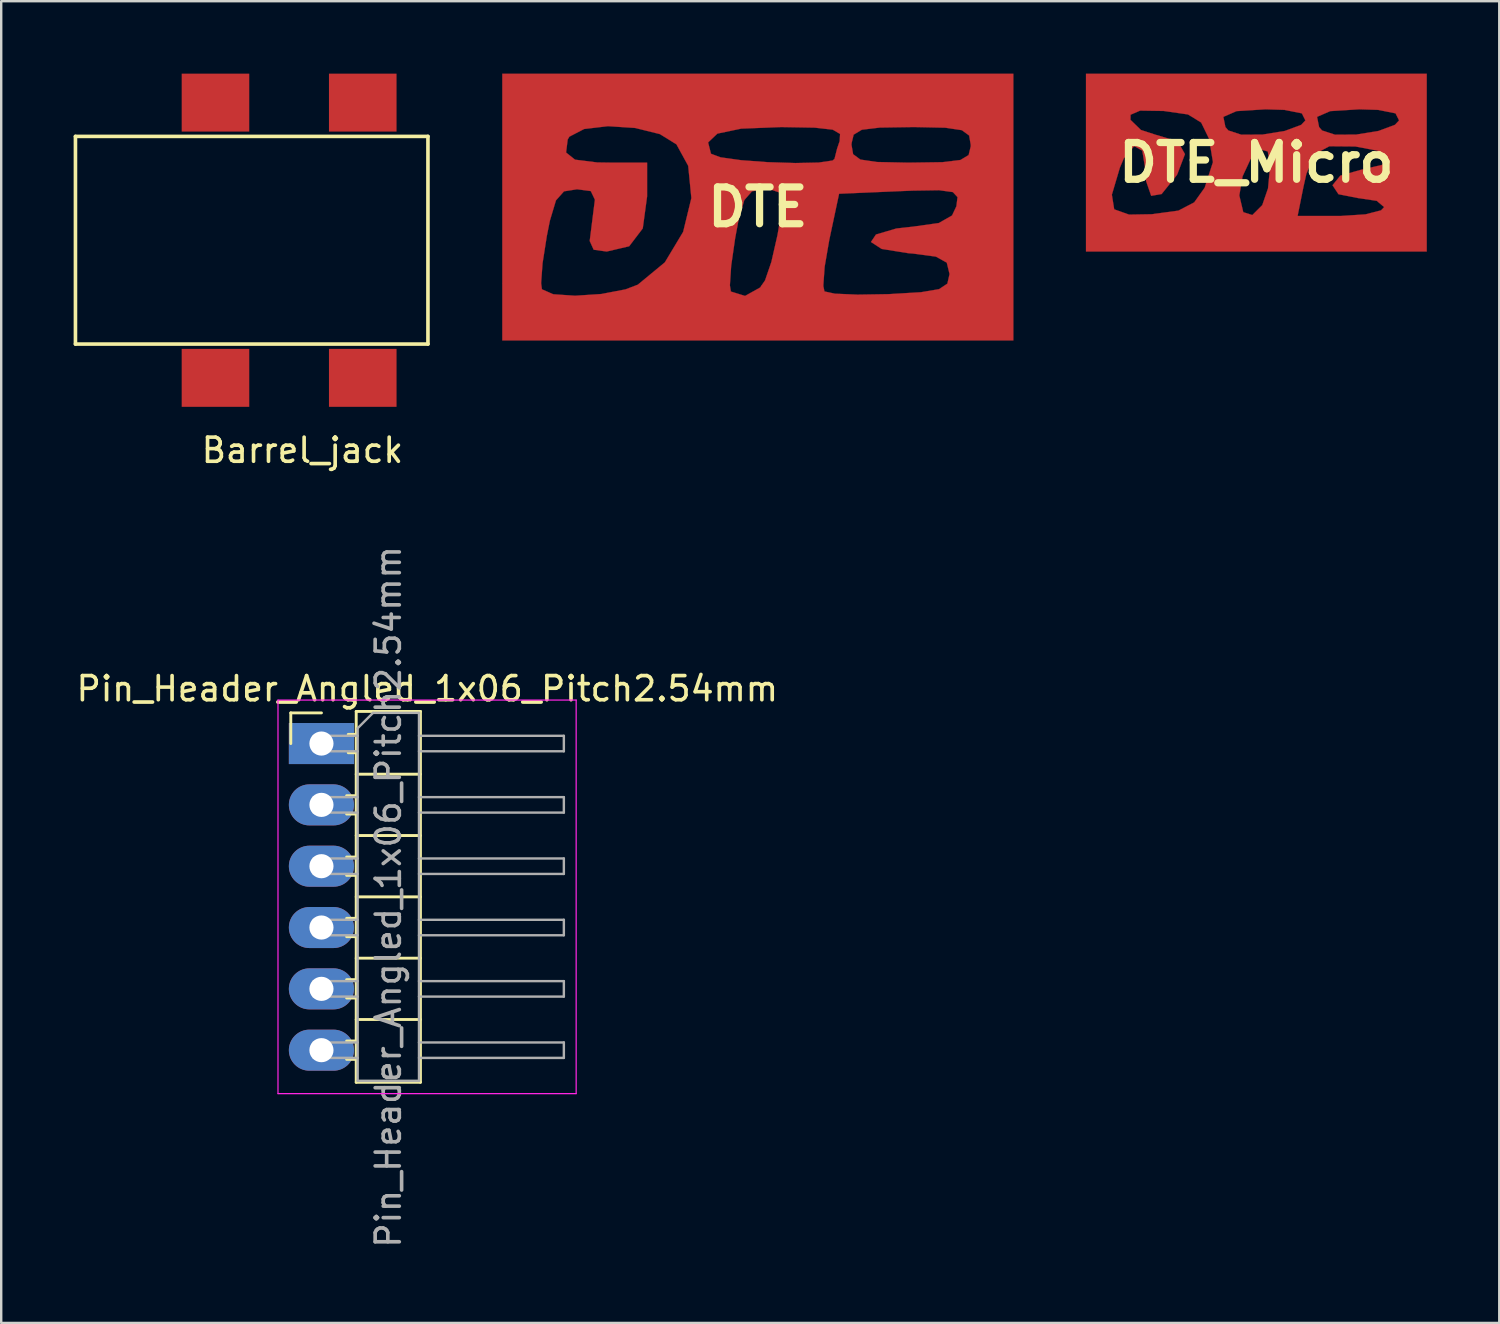
<source format=kicad_pcb>
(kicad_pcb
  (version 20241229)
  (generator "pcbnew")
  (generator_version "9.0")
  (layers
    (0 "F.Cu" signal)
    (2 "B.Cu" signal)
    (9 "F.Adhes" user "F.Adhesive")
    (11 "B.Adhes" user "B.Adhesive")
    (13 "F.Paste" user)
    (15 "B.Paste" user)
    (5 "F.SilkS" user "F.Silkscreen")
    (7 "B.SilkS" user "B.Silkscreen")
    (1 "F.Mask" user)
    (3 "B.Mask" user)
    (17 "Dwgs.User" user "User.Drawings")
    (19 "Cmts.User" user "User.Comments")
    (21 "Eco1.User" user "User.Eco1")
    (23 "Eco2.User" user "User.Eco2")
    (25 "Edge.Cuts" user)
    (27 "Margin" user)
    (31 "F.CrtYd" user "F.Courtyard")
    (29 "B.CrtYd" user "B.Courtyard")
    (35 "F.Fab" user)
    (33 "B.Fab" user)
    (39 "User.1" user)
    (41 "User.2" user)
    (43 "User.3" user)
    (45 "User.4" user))
  (footprint "DTE"
    (layer "F.Cu")
    (at 28.338 5.527)
    (property "Reference" "DTE" (at 0 0 0) (layer "F.SilkS") (effects (font (size 1.524 1.524) (thickness 0.3))))
    (attr through_hole)
    (fp_poly (pts (xy 10.583 5.522) (xy -10.583 5.522) (xy -10.583 3.151) (xy -8.976 3.151) (xy -8.942 3.405) (xy -8.472 3.611) (xy -7.568 3.672) (xy -6.487 3.601) (xy -5.482 3.409) (xy -5.043 3.242) (xy -1.157 3.242) (xy -1.116 3.498) (xy -0.529 3.68) (xy 0.095 3.332) (xy 0.143 3.263) (xy 2.712 3.263) (xy 2.76 3.494) (xy 3.191 3.587) (xy 4.129 3.627) (xy 5.375 3.607) (xy 5.453 3.604) (xy 6.759 3.526) (xy 7.508 3.399) (xy 7.851 3.171) (xy 7.937 2.793) (xy 7.938 2.761) (xy 7.826 2.302) (xy 7.377 2.052) (xy 6.418 1.924) (xy 6.239 1.911) (xy 5.129 1.733) (xy 4.686 1.446) (xy 4.894 1.136) (xy 5.739 0.887) (xy 6.429 0.81) (xy 7.495 0.661) (xy 8.044 0.349) (xy 8.225 -0.034) (xy 8.271 -0.412) (xy 8.078 -0.621) (xy 7.508 -0.698) (xy 6.422 -0.681) (xy 5.887 -0.66) (xy 3.366 -0.552) (xy 2.959 1.363) (xy 2.768 2.472) (xy 2.712 3.263) (xy 0.143 3.263) (xy 0.299 3.037) (xy 0.561 2.272) (xy 0.814 1.163) (xy 0.872 0.828) (xy 0.997 -0.148) (xy 0.907 -0.601) (xy 0.524 -0.73) (xy 0.266 -0.736) (xy -0.24 -0.654) (xy -0.56 -0.29) (xy -0.797 0.528) (xy -0.939 1.29) (xy -1.103 2.429) (xy -1.157 3.242) (xy -5.043 3.242) (xy -4.973 3.216) (xy -3.852 2.291) (xy -3.093 1.027) (xy -2.752 -0.374) (xy -2.884 -1.71) (xy -3.371 -2.599) (xy -3.499 -2.678) (xy -2.059 -2.678) (xy -1.94 -2.209) (xy -1.545 -2.061) (xy -0.689 -1.941) (xy 0.415 -1.86) (xy 1.556 -1.824) (xy 2.521 -1.844) (xy 3.098 -1.929) (xy 3.175 -1.995) (xy 3.285 -2.427) (xy 3.336 -2.577) (xy 3.881 -2.577) (xy 3.947 -2.19) (xy 4.248 -1.968) (xy 4.933 -1.867) (xy 6.153 -1.841) (xy 6.35 -1.841) (xy 7.648 -1.86) (xy 8.391 -1.95) (xy 8.731 -2.154) (xy 8.819 -2.518) (xy 8.819 -2.577) (xy 8.753 -2.964) (xy 8.452 -3.185) (xy 7.767 -3.287) (xy 6.547 -3.313) (xy 6.35 -3.313) (xy 5.052 -3.293) (xy 4.309 -3.204) (xy 3.969 -2.999) (xy 3.881 -2.635) (xy 3.881 -2.577) (xy 3.336 -2.577) (xy 3.389 -2.731) (xy 3.407 -3.029) (xy 3.104 -3.206) (xy 2.356 -3.29) (xy 1.036 -3.313) (xy 0.941 -3.313) (xy -0.69 -3.249) (xy -1.674 -3.043) (xy -2.059 -2.678) (xy -3.499 -2.678) (xy -4.057 -3.023) (xy -5.082 -3.277) (xy -6.206 -3.351) (xy -7.194 -3.234) (xy -7.806 -2.916) (xy -7.875 -2.797) (xy -7.942 -2.26) (xy -7.571 -1.964) (xy -6.652 -1.849) (xy -6.115 -1.841) (xy -4.586 -1.841) (xy -4.586 -0.442) (xy -4.765 0.882) (xy -5.329 1.623) (xy -6.26 1.841) (xy -6.798 1.767) (xy -6.963 1.404) (xy -6.856 0.552) (xy -6.748 -0.305) (xy -6.918 -0.663) (xy -7.474 -0.736) (xy -7.499 -0.736) (xy -8.027 -0.652) (xy -8.36 -0.279) (xy -8.611 0.558) (xy -8.739 1.196) (xy -8.916 2.327) (xy -8.976 3.151) (xy -10.583 3.151) (xy -10.583 -5.522) (xy 10.583 -5.522) (xy 10.583 5.522)) (stroke (width 0.01) (type solid)) (fill yes) (layer "F.Cu")))
  (footprint "DTE_Micro"
    (layer "F.Cu")
    (at 48.987 3.686)
    (property "Reference" "DTE_Micro" (at 0 0 0) (layer "F.SilkS") (effects (font (size 1.524 1.524) (thickness 0.3))))
    (attr through_hole)
    (fp_poly (pts (xy 7.056 3.681) (xy -7.056 3.681) (xy -7.056 2.209) (xy 1.708 2.209) (xy 3.5 2.209) (xy 4.515 2.143) (xy 5.165 1.976) (xy 5.292 1.841) (xy 4.985 1.582) (xy 4.247 1.472) (xy 4.233 1.472) (xy 3.401 1.308) (xy 3.154 0.936) (xy 3.479 0.538) (xy 4.322 0.299) (xy 5.202 0.095) (xy 5.427 -0.203) (xy 5.019 -0.495) (xy 4.099 -0.669) (xy 3.023 -0.678) (xy 2.419 -0.357) (xy 2.073 0.459) (xy 1.949 1.012) (xy 1.708 2.209) (xy -7.056 2.209) (xy -7.056 1.328) (xy -5.985 1.328) (xy -5.888 1.934) (xy -5.271 2.153) (xy -4.333 2.137) (xy -3.23 1.988) (xy -2.574 1.646) (xy -2.369 1.359) (xy -0.706 1.359) (xy -0.542 2.052) (xy -0.167 2.171) (xy 0.244 1.761) (xy 0.483 1.067) (xy 0.571 0.147) (xy 0.474 -0.461) (xy 0.474 -0.462) (xy 0.151 -0.554) (xy -0.24 -0.145) (xy -0.57 0.565) (xy -0.706 1.359) (xy -2.369 1.359) (xy -2.14 1.037) (xy -1.798 -0.021) (xy -1.958 -0.987) (xy -2.286 -1.661) (xy -2.667 -1.895) (xy -1.367 -1.895) (xy -1.282 -1.475) (xy -1.159 -1.332) (xy -0.624 -1.157) (xy 0.252 -1.162) (xy 1.178 -1.312) (xy 1.86 -1.566) (xy 2.03 -1.749) (xy 1.958 -1.895) (xy 2.514 -1.895) (xy 2.598 -1.475) (xy 2.721 -1.332) (xy 3.257 -1.157) (xy 4.133 -1.162) (xy 5.058 -1.312) (xy 5.741 -1.566) (xy 5.911 -1.749) (xy 5.765 -2.041) (xy 5.044 -2.185) (xy 4.263 -2.209) (xy 3.058 -2.133) (xy 2.514 -1.895) (xy 1.958 -1.895) (xy 1.885 -2.041) (xy 1.163 -2.185) (xy 0.382 -2.209) (xy -0.823 -2.133) (xy -1.367 -1.895) (xy -2.667 -1.895) (xy -2.833 -1.996) (xy -3.836 -2.14) (xy -4.814 -2.155) (xy -5.211 -1.983) (xy -5.213 -1.772) (xy -4.781 -1.353) (xy -4.206 -1.165) (xy -3.256 -0.88) (xy -2.957 -0.353) (xy -3.274 0.48) (xy -3.307 0.533) (xy -3.925 1.301) (xy -4.356 1.375) (xy -4.569 0.76) (xy -4.586 0.368) (xy -4.724 -0.497) (xy -5.062 -0.685) (xy -5.488 -0.179) (xy -5.653 0.208) (xy -5.985 1.328) (xy -7.056 1.328) (xy -7.056 -3.681) (xy 7.056 -3.681) (xy 7.056 3.681)) (stroke (width 0.01) (type solid)) (fill yes) (layer "F.Cu")))
  (footprint "Barrel_jack"
    (layer "F.Cu")
    (at 5.875 12.6)
    (property "Reference" "Barrel_jack" (at 3.6 3 0) (layer "F.SilkS") (effects (font (size 1 1) (thickness 0.15))))
    (attr through_hole)
    (fp_line (start -5.8 -10) (end 8.8 -10) (stroke (width 0.15) (type solid)) (layer "F.SilkS"))
    (fp_line (start -5.8 -1.4) (end -5.8 -10) (stroke (width 0.15) (type solid)) (layer "F.SilkS"))
    (fp_line (start 8.8 -10) (end 8.8 -1.4) (stroke (width 0.15) (type solid)) (layer "F.SilkS"))
    (fp_line (start 8.8 -1.4) (end -5.8 -1.4) (stroke (width 0.15) (type solid)) (layer "F.SilkS"))
    (pad "1" smd rect (at 0 -11.4) (size 2.8 2.4) (layers "F.Cu" "F.Mask" "F.Paste"))
    (pad "1" smd rect (at 6.1 -11.4) (size 2.8 2.4) (layers "F.Cu" "F.Mask" "F.Paste"))
    (pad "2" smd rect (at 0 0) (size 2.8 2.4) (layers "F.Cu" "F.Mask" "F.Paste"))
    (pad "3" smd rect (at 6.1 0) (size 2.8 2.4) (layers "F.Cu" "F.Mask" "F.Paste")))
  (footprint "Pin_Header_Angled_1x06_Pitch2.54mm"
    (layer "F.Cu")
    (at 10.264 27.747)
    (property "Reference" "Pin_Header_Angled_1x06_Pitch2.54mm" (at 4.385 -2.27 0) (layer "F.SilkS") (effects (font (size 1 1) (thickness 0.15))))
    (attr through_hole)
    (fp_line (start -1.27 -1.27) (end 0 -1.27) (stroke (width 0.12) (type solid)) (layer "F.SilkS"))
    (fp_line (start -1.27 0) (end -1.27 -1.27) (stroke (width 0.12) (type solid)) (layer "F.SilkS"))
    (fp_line (start 1.043 2.16) (end 1.44 2.16) (stroke (width 0.12) (type solid)) (layer "F.SilkS"))
    (fp_line (start 1.043 2.92) (end 1.44 2.92) (stroke (width 0.12) (type solid)) (layer "F.SilkS"))
    (fp_line (start 1.043 4.7) (end 1.44 4.7) (stroke (width 0.12) (type solid)) (layer "F.SilkS"))
    (fp_line (start 1.043 5.46) (end 1.44 5.46) (stroke (width 0.12) (type solid)) (layer "F.SilkS"))
    (fp_line (start 1.043 7.24) (end 1.44 7.24) (stroke (width 0.12) (type solid)) (layer "F.SilkS"))
    (fp_line (start 1.043 8) (end 1.44 8) (stroke (width 0.12) (type solid)) (layer "F.SilkS"))
    (fp_line (start 1.043 9.78) (end 1.44 9.78) (stroke (width 0.12) (type solid)) (layer "F.SilkS"))
    (fp_line (start 1.043 10.54) (end 1.44 10.54) (stroke (width 0.12) (type solid)) (layer "F.SilkS"))
    (fp_line (start 1.043 12.32) (end 1.44 12.32) (stroke (width 0.12) (type solid)) (layer "F.SilkS"))
    (fp_line (start 1.043 13.08) (end 1.44 13.08) (stroke (width 0.12) (type solid)) (layer "F.SilkS"))
    (fp_line (start 1.11 -0.38) (end 1.44 -0.38) (stroke (width 0.12) (type solid)) (layer "F.SilkS"))
    (fp_line (start 1.11 0.38) (end 1.44 0.38) (stroke (width 0.12) (type solid)) (layer "F.SilkS"))
    (fp_line (start 1.44 -1.33) (end 1.44 14.03) (stroke (width 0.12) (type solid)) (layer "F.SilkS"))
    (fp_line (start 1.44 1.27) (end 4.1 1.27) (stroke (width 0.12) (type solid)) (layer "F.SilkS"))
    (fp_line (start 1.44 3.81) (end 4.1 3.81) (stroke (width 0.12) (type solid)) (layer "F.SilkS"))
    (fp_line (start 1.44 6.35) (end 4.1 6.35) (stroke (width 0.12) (type solid)) (layer "F.SilkS"))
    (fp_line (start 1.44 8.89) (end 4.1 8.89) (stroke (width 0.12) (type solid)) (layer "F.SilkS"))
    (fp_line (start 1.44 11.43) (end 4.1 11.43) (stroke (width 0.12) (type solid)) (layer "F.SilkS"))
    (fp_line (start 1.44 14.03) (end 4.1 14.03) (stroke (width 0.12) (type solid)) (layer "F.SilkS"))
    (fp_line (start 4.1 -1.33) (end 1.44 -1.33) (stroke (width 0.12) (type solid)) (layer "F.SilkS"))
    (fp_line (start 4.1 14.03) (end 4.1 -1.33) (stroke (width 0.12) (type solid)) (layer "F.SilkS"))
    (fp_line (start -1.8 -1.8) (end -1.8 14.5) (stroke (width 0.05) (type solid)) (layer "F.CrtYd"))
    (fp_line (start -1.8 14.5) (end 10.55 14.5) (stroke (width 0.05) (type solid)) (layer "F.CrtYd"))
    (fp_line (start 10.55 -1.8) (end -1.8 -1.8) (stroke (width 0.05) (type solid)) (layer "F.CrtYd"))
    (fp_line (start 10.55 14.5) (end 10.55 -1.8) (stroke (width 0.05) (type solid)) (layer "F.CrtYd"))
    (fp_line (start -0.32 -0.32) (end -0.32 0.32) (stroke (width 0.1) (type solid)) (layer "F.Fab"))
    (fp_line (start -0.32 -0.32) (end 1.5 -0.32) (stroke (width 0.1) (type solid)) (layer "F.Fab"))
    (fp_line (start -0.32 0.32) (end 1.5 0.32) (stroke (width 0.1) (type solid)) (layer "F.Fab"))
    (fp_line (start -0.32 2.22) (end -0.32 2.86) (stroke (width 0.1) (type solid)) (layer "F.Fab"))
    (fp_line (start -0.32 2.22) (end 1.5 2.22) (stroke (width 0.1) (type solid)) (layer "F.Fab"))
    (fp_line (start -0.32 2.86) (end 1.5 2.86) (stroke (width 0.1) (type solid)) (layer "F.Fab"))
    (fp_line (start -0.32 4.76) (end -0.32 5.4) (stroke (width 0.1) (type solid)) (layer "F.Fab"))
    (fp_line (start -0.32 4.76) (end 1.5 4.76) (stroke (width 0.1) (type solid)) (layer "F.Fab"))
    (fp_line (start -0.32 5.4) (end 1.5 5.4) (stroke (width 0.1) (type solid)) (layer "F.Fab"))
    (fp_line (start -0.32 7.3) (end -0.32 7.94) (stroke (width 0.1) (type solid)) (layer "F.Fab"))
    (fp_line (start -0.32 7.3) (end 1.5 7.3) (stroke (width 0.1) (type solid)) (layer "F.Fab"))
    (fp_line (start -0.32 7.94) (end 1.5 7.94) (stroke (width 0.1) (type solid)) (layer "F.Fab"))
    (fp_line (start -0.32 9.84) (end -0.32 10.48) (stroke (width 0.1) (type solid)) (layer "F.Fab"))
    (fp_line (start -0.32 9.84) (end 1.5 9.84) (stroke (width 0.1) (type solid)) (layer "F.Fab"))
    (fp_line (start -0.32 10.48) (end 1.5 10.48) (stroke (width 0.1) (type solid)) (layer "F.Fab"))
    (fp_line (start -0.32 12.38) (end -0.32 13.02) (stroke (width 0.1) (type solid)) (layer "F.Fab"))
    (fp_line (start -0.32 12.38) (end 1.5 12.38) (stroke (width 0.1) (type solid)) (layer "F.Fab"))
    (fp_line (start -0.32 13.02) (end 1.5 13.02) (stroke (width 0.1) (type solid)) (layer "F.Fab"))
    (fp_line (start 1.5 -0.635) (end 2.135 -1.27) (stroke (width 0.1) (type solid)) (layer "F.Fab"))
    (fp_line (start 1.5 13.97) (end 1.5 -0.635) (stroke (width 0.1) (type solid)) (layer "F.Fab"))
    (fp_line (start 2.135 -1.27) (end 4.04 -1.27) (stroke (width 0.1) (type solid)) (layer "F.Fab"))
    (fp_line (start 4.04 -1.27) (end 4.04 13.97) (stroke (width 0.1) (type solid)) (layer "F.Fab"))
    (fp_line (start 4.04 -0.32) (end 10.04 -0.32) (stroke (width 0.1) (type solid)) (layer "F.Fab"))
    (fp_line (start 4.04 0.32) (end 10.04 0.32) (stroke (width 0.1) (type solid)) (layer "F.Fab"))
    (fp_line (start 4.04 2.22) (end 10.04 2.22) (stroke (width 0.1) (type solid)) (layer "F.Fab"))
    (fp_line (start 4.04 2.86) (end 10.04 2.86) (stroke (width 0.1) (type solid)) (layer "F.Fab"))
    (fp_line (start 4.04 4.76) (end 10.04 4.76) (stroke (width 0.1) (type solid)) (layer "F.Fab"))
    (fp_line (start 4.04 5.4) (end 10.04 5.4) (stroke (width 0.1) (type solid)) (layer "F.Fab"))
    (fp_line (start 4.04 7.3) (end 10.04 7.3) (stroke (width 0.1) (type solid)) (layer "F.Fab"))
    (fp_line (start 4.04 7.94) (end 10.04 7.94) (stroke (width 0.1) (type solid)) (layer "F.Fab"))
    (fp_line (start 4.04 9.84) (end 10.04 9.84) (stroke (width 0.1) (type solid)) (layer "F.Fab"))
    (fp_line (start 4.04 10.48) (end 10.04 10.48) (stroke (width 0.1) (type solid)) (layer "F.Fab"))
    (fp_line (start 4.04 12.38) (end 10.04 12.38) (stroke (width 0.1) (type solid)) (layer "F.Fab"))
    (fp_line (start 4.04 13.02) (end 10.04 13.02) (stroke (width 0.1) (type solid)) (layer "F.Fab"))
    (fp_line (start 4.04 13.97) (end 1.5 13.97) (stroke (width 0.1) (type solid)) (layer "F.Fab"))
    (fp_line (start 10.04 -0.32) (end 10.04 0.32) (stroke (width 0.1) (type solid)) (layer "F.Fab"))
    (fp_line (start 10.04 2.22) (end 10.04 2.86) (stroke (width 0.1) (type solid)) (layer "F.Fab"))
    (fp_line (start 10.04 4.76) (end 10.04 5.4) (stroke (width 0.1) (type solid)) (layer "F.Fab"))
    (fp_line (start 10.04 7.3) (end 10.04 7.94) (stroke (width 0.1) (type solid)) (layer "F.Fab"))
    (fp_line (start 10.04 9.84) (end 10.04 10.48) (stroke (width 0.1) (type solid)) (layer "F.Fab"))
    (fp_line (start 10.04 12.38) (end 10.04 13.02) (stroke (width 0.1) (type solid)) (layer "F.Fab"))
    (fp_text user "${REFERENCE}" (at 2.77 6.35 90) (layer "F.Fab") (effects (font (size 1 1) (thickness 0.15))))
    (pad "1" thru_hole oval (at 0 12.7) (size 2.7 1.7) (drill 1) (layers "*.Cu" "*.Mask"))
    (pad "2" thru_hole oval (at 0 10.16) (size 2.7 1.7) (drill 1) (layers "*.Cu" "*.Mask"))
    (pad "3" thru_hole oval (at 0 7.62) (size 2.7 1.7) (drill 1) (layers "*.Cu" "*.Mask"))
    (pad "4" thru_hole oval (at 0 5.08) (size 2.7 1.7) (drill 1) (layers "*.Cu" "*.Mask"))
    (pad "5" thru_hole oval (at 0 2.54) (size 2.7 1.7) (drill 1) (layers "*.Cu" "*.Mask"))
    (pad "6" thru_hole rect (at 0 0) (size 2.7 1.7) (drill 1) (layers "*.Cu" "*.Mask")))
  (gr_rect
    (start -3 -3)
    (end 59.048 51.746)
    (stroke (width 0.1) (type default))
    (fill no)
    (layer "Edge.Cuts")))
</source>
